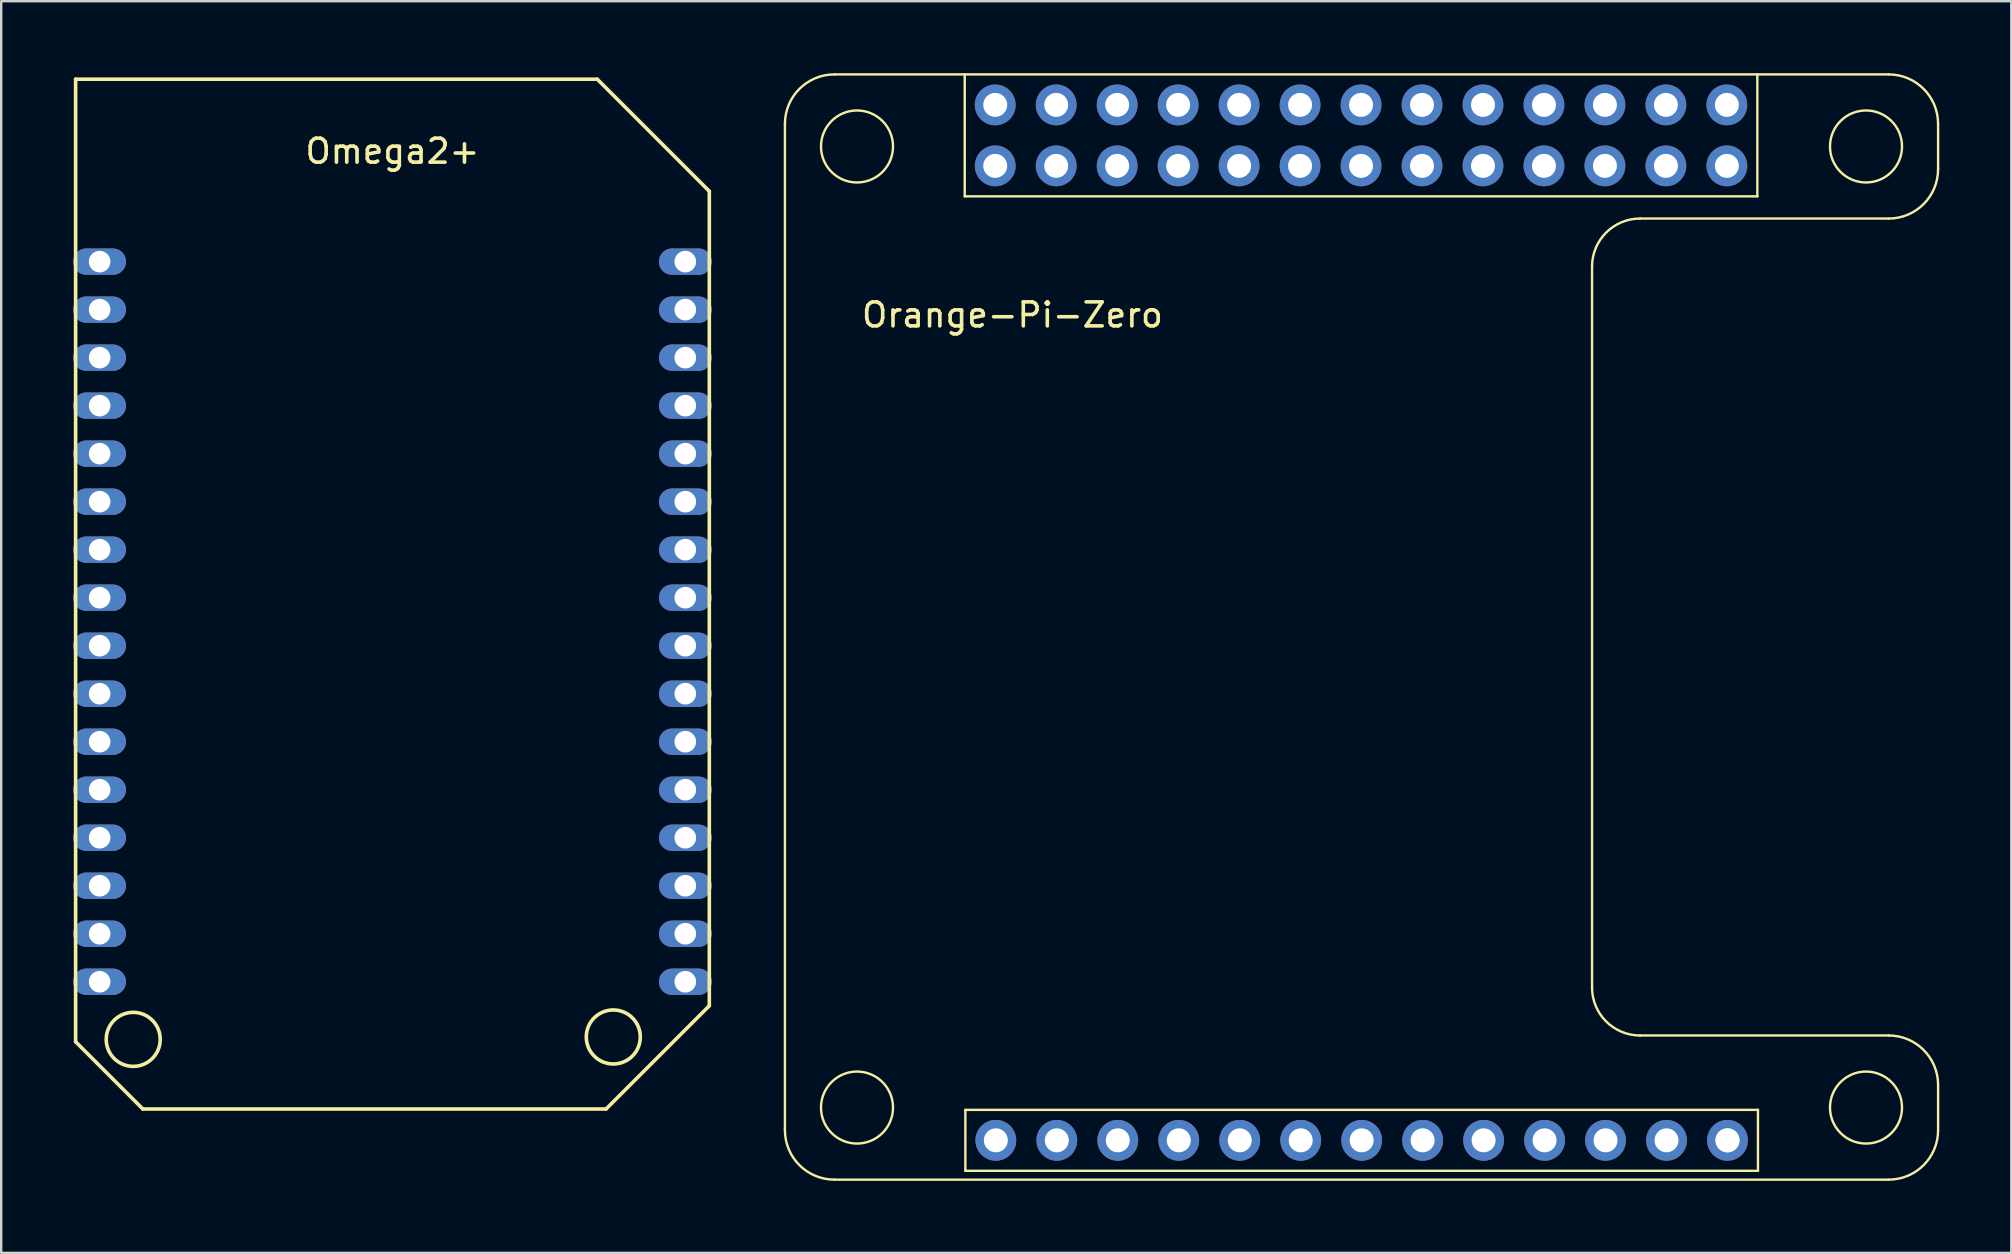
<source format=kicad_pcb>
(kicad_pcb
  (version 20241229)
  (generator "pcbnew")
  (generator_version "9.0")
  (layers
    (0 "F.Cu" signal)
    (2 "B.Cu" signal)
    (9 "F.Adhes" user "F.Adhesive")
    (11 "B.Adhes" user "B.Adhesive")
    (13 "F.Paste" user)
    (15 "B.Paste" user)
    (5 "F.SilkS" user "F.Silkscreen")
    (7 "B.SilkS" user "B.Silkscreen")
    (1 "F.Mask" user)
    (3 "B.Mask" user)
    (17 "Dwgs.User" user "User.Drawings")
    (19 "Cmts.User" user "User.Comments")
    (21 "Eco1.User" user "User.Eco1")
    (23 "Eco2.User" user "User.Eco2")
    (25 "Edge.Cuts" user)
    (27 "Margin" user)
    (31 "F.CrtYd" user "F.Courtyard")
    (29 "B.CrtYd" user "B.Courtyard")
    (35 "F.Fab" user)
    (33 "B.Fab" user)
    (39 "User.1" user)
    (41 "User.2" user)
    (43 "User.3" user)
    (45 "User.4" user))
  (footprint "Orange-Pi-Zero"
    (layer "F.Cu")
    (at 74.688 43.091)
    (property "Reference" "Orange-Pi-Zero" (at -35.56 -33.02 0) (layer "F.SilkS") (effects (font (size 1 1) (thickness 0.15))))
    (attr through_hole)
    (fp_line (start -45.038 0.943) (end -45.038 -40.981) (stroke (width 0.1) (type solid)) (layer "F.SilkS"))
    (fp_line (start -42.978 -43.041) (end 0.943 -43.041) (stroke (width 0.1) (type solid)) (layer "F.SilkS"))
    (fp_line (start -42.978 3.003) (end 0.943 3.003) (stroke (width 0.1) (type solid)) (layer "F.SilkS"))
    (fp_line (start -37.547 -37.961) (end -37.547 -43.041) (stroke (width 0.1) (type solid)) (layer "F.SilkS"))
    (fp_line (start -37.521 0.095) (end -4.501 0.095) (stroke (width 0.1) (type solid)) (layer "F.SilkS"))
    (fp_line (start -37.521 2.635) (end -37.521 0.095) (stroke (width 0.1) (type solid)) (layer "F.SilkS"))
    (fp_line (start -11.413 -5.003) (end -11.413 -35.036) (stroke (width 0.1) (type solid)) (layer "F.SilkS"))
    (fp_line (start -9.413 -37.036) (end 0.943 -37.036) (stroke (width 0.1) (type solid)) (layer "F.SilkS"))
    (fp_line (start -6.091 1.045) (end -5.451 1.045) (stroke (width 0.1) (type solid)) (layer "F.SilkS"))
    (fp_line (start -6.091 1.685) (end -6.091 1.045) (stroke (width 0.1) (type solid)) (layer "F.SilkS"))
    (fp_line (start -4.527 -37.961) (end -37.547 -37.961) (stroke (width 0.1) (type solid)) (layer "F.SilkS"))
    (fp_line (start -4.527 -37.961) (end -4.527 -43.041) (stroke (width 0.1) (type solid)) (layer "F.SilkS"))
    (fp_line (start -4.501 2.635) (end -37.521 2.635) (stroke (width 0.1) (type solid)) (layer "F.SilkS"))
    (fp_line (start -4.501 2.635) (end -4.501 0.095) (stroke (width 0.1) (type solid)) (layer "F.SilkS"))
    (fp_line (start 0.943 -3.003) (end -9.413 -3.003) (stroke (width 0.1) (type solid)) (layer "F.SilkS"))
    (fp_line (start 3.003 -39.096) (end 3.003 -40.981) (stroke (width 0.1) (type solid)) (layer "F.SilkS"))
    (fp_line (start 3.003 0.943) (end 3.003 -0.943) (stroke (width 0.1) (type solid)) (layer "F.SilkS"))
    (fp_arc (start -45.037543 -40.981379) (mid -44.434249 -42.437859) (end -42.977769 -43.041153) (stroke (width 0.1) (type solid)) (layer "F.SilkS"))
    (fp_arc (start -42.977769 3.002571) (mid -44.43425 2.399277) (end -45.037544 0.942796) (stroke (width 0.1) (type solid)) (layer "F.SilkS"))
    (fp_arc (start -11.413229 -35.036013) (mid -10.827443 -36.450227) (end -9.413229 -37.036013) (stroke (width 0.1) (type solid)) (layer "F.SilkS"))
    (fp_arc (start -9.413229 -3.00257) (mid -10.827443 -3.588356) (end -11.413229 -5.00257) (stroke (width 0.1) (type solid)) (layer "F.SilkS"))
    (fp_arc (start 0.942795 -43.041154) (mid 2.399276 -42.43786) (end 3.00257 -40.981379) (stroke (width 0.1) (type solid)) (layer "F.SilkS"))
    (fp_arc (start 0.942795 -3.00257) (mid 2.399275 -2.399276) (end 3.002569 -0.942796) (stroke (width 0.1) (type solid)) (layer "F.SilkS"))
    (fp_arc (start 3.00257 -39.095788) (mid 2.399276 -37.639307) (end 0.942795 -37.036013) (stroke (width 0.1) (type solid)) (layer "F.SilkS"))
    (fp_arc (start 3.00257 0.942796) (mid 2.399276 2.399277) (end 0.942795 3.002571) (stroke (width 0.1) (type solid)) (layer "F.SilkS"))
    (fp_circle (center -42.035 -40.039) (end -40.535 -40.039) (stroke (width 0.1) (type solid)) (fill no) (layer "F.SilkS"))
    (fp_circle (center -42.035 0) (end -40.535 0) (stroke (width 0.1) (type solid)) (fill no) (layer "F.SilkS"))
    (fp_circle (center -5.771 1.365) (end -5.319 1.365) (stroke (width 0.1) (type solid)) (fill no) (layer "F.SilkS"))
    (fp_circle (center 0 -40.039) (end 1.5 -40.039) (stroke (width 0.1) (type solid)) (fill no) (layer "F.SilkS"))
    (fp_circle (center 0 0) (end 1.5 0) (stroke (width 0.1) (type solid)) (fill no) (layer "F.SilkS"))
    (pad "1" thru_hole circle (at -36.277 -41.771) (size 1.7 1.7) (drill 1) (layers "*.Cu" "*.Mask"))
    (pad "2" thru_hole circle (at -36.277 -39.231) (size 1.7 1.7) (drill 1) (layers "*.Cu" "*.Mask"))
    (pad "3" thru_hole circle (at -33.737 -41.771) (size 1.7 1.7) (drill 1) (layers "*.Cu" "*.Mask"))
    (pad "4" thru_hole circle (at -33.737 -39.231) (size 1.7 1.7) (drill 1) (layers "*.Cu" "*.Mask"))
    (pad "5" thru_hole circle (at -31.197 -41.771) (size 1.7 1.7) (drill 1) (layers "*.Cu" "*.Mask"))
    (pad "6" thru_hole circle (at -31.197 -39.231) (size 1.7 1.7) (drill 1) (layers "*.Cu" "*.Mask"))
    (pad "7" thru_hole circle (at -28.657 -41.771) (size 1.7 1.7) (drill 1) (layers "*.Cu" "*.Mask"))
    (pad "8" thru_hole circle (at -28.657 -39.231) (size 1.7 1.7) (drill 1) (layers "*.Cu" "*.Mask"))
    (pad "9" thru_hole circle (at -26.117 -41.771) (size 1.7 1.7) (drill 1) (layers "*.Cu" "*.Mask"))
    (pad "10" thru_hole circle (at -26.117 -39.231) (size 1.7 1.7) (drill 1) (layers "*.Cu" "*.Mask"))
    (pad "11" thru_hole circle (at -23.577 -41.771) (size 1.7 1.7) (drill 1) (layers "*.Cu" "*.Mask"))
    (pad "12" thru_hole circle (at -23.577 -39.231) (size 1.7 1.7) (drill 1) (layers "*.Cu" "*.Mask"))
    (pad "13" thru_hole circle (at -21.037 -41.771) (size 1.7 1.7) (drill 1) (layers "*.Cu" "*.Mask"))
    (pad "14" thru_hole circle (at -21.037 -39.231) (size 1.7 1.7) (drill 1) (layers "*.Cu" "*.Mask"))
    (pad "15" thru_hole circle (at -18.497 -41.771) (size 1.7 1.7) (drill 1) (layers "*.Cu" "*.Mask"))
    (pad "16" thru_hole circle (at -18.497 -39.231) (size 1.7 1.7) (drill 1) (layers "*.Cu" "*.Mask"))
    (pad "17" thru_hole circle (at -15.957 -41.771) (size 1.7 1.7) (drill 1) (layers "*.Cu" "*.Mask"))
    (pad "18" thru_hole circle (at -15.957 -39.231) (size 1.7 1.7) (drill 1) (layers "*.Cu" "*.Mask"))
    (pad "19" thru_hole circle (at -13.417 -41.771) (size 1.7 1.7) (drill 1) (layers "*.Cu" "*.Mask"))
    (pad "20" thru_hole circle (at -13.417 -39.231) (size 1.7 1.7) (drill 1) (layers "*.Cu" "*.Mask"))
    (pad "21" thru_hole circle (at -10.877 -41.771) (size 1.7 1.7) (drill 1) (layers "*.Cu" "*.Mask"))
    (pad "22" thru_hole circle (at -10.877 -39.231) (size 1.7 1.7) (drill 1) (layers "*.Cu" "*.Mask"))
    (pad "23" thru_hole circle (at -8.337 -41.771) (size 1.7 1.7) (drill 1) (layers "*.Cu" "*.Mask"))
    (pad "24" thru_hole circle (at -8.337 -39.231) (size 1.7 1.7) (drill 1) (layers "*.Cu" "*.Mask"))
    (pad "25" thru_hole circle (at -5.797 -41.771) (size 1.7 1.7) (drill 1) (layers "*.Cu" "*.Mask"))
    (pad "26" thru_hole circle (at -5.797 -39.231) (size 1.7 1.7) (drill 1) (layers "*.Cu" "*.Mask"))
    (pad "27" thru_hole circle (at -5.771 1.365) (size 1.7 1.7) (drill 1) (layers "*.Cu" "*.Mask"))
    (pad "28" thru_hole circle (at -8.311 1.365) (size 1.7 1.7) (drill 1) (layers "*.Cu" "*.Mask"))
    (pad "29" thru_hole circle (at -10.851 1.365) (size 1.7 1.7) (drill 1) (layers "*.Cu" "*.Mask"))
    (pad "30" thru_hole circle (at -13.391 1.365) (size 1.7 1.7) (drill 1) (layers "*.Cu" "*.Mask"))
    (pad "31" thru_hole circle (at -15.931 1.365) (size 1.7 1.7) (drill 1) (layers "*.Cu" "*.Mask"))
    (pad "32" thru_hole circle (at -18.471 1.365) (size 1.7 1.7) (drill 1) (layers "*.Cu" "*.Mask"))
    (pad "33" thru_hole circle (at -21.011 1.365) (size 1.7 1.7) (drill 1) (layers "*.Cu" "*.Mask"))
    (pad "34" thru_hole circle (at -23.551 1.365) (size 1.7 1.7) (drill 1) (layers "*.Cu" "*.Mask"))
    (pad "35" thru_hole circle (at -26.091 1.365) (size 1.7 1.7) (drill 1) (layers "*.Cu" "*.Mask"))
    (pad "36" thru_hole circle (at -28.631 1.365) (size 1.7 1.7) (drill 1) (layers "*.Cu" "*.Mask"))
    (pad "37" thru_hole circle (at -31.171 1.365) (size 1.7 1.7) (drill 1) (layers "*.Cu" "*.Mask"))
    (pad "38" thru_hole circle (at -33.711 1.365) (size 1.7 1.7) (drill 1) (layers "*.Cu" "*.Mask"))
    (pad "39" thru_hole circle (at -36.251 1.365) (size 1.7 1.7) (drill 1) (layers "*.Cu" "*.Mask")))
  (footprint "Omega2+"
    (layer "F.Cu")
    (at 13.3 0.25)
    (property "Reference" "Omega2+" (at 0 3 0) (layer "F.SilkS") (effects (font (size 1 1) (thickness 0.15))))
    (attr through_hole)
    (fp_line (start -13.2 0) (end -13.2 40.1) (stroke (width 0.15) (type solid)) (layer "F.SilkS"))
    (fp_line (start -13.2 40.1) (end -10.4 42.9) (stroke (width 0.15) (type solid)) (layer "F.SilkS"))
    (fp_line (start -10.4 42.9) (end 8.9 42.9) (stroke (width 0.15) (type solid)) (layer "F.SilkS"))
    (fp_line (start 8.533 0) (end -13.2 0) (stroke (width 0.15) (type solid)) (layer "F.SilkS"))
    (fp_line (start 8.9 42.9) (end 13.2 38.6) (stroke (width 0.15) (type solid)) (layer "F.SilkS"))
    (fp_line (start 13.2 4.667) (end 8.533 0) (stroke (width 0.15) (type solid)) (layer "F.SilkS"))
    (fp_line (start 13.2 38.6) (end 13.2 4.667) (stroke (width 0.15) (type solid)) (layer "F.SilkS"))
    (fp_circle (center -10.8 40) (end -9.675 40) (stroke (width 0.15) (type solid)) (fill no) (layer "F.SilkS"))
    (fp_circle (center 9.2 39.9) (end 8.075 39.9) (stroke (width 0.15) (type solid)) (fill no) (layer "F.SilkS"))
    (pad "1" thru_hole oval (at -12.2 7.6) (size 2.2 1.1) (drill 0.9) (layers "*.Cu" "*.Mask"))
    (pad "2" thru_hole oval (at -12.2 9.6) (size 2.2 1.1) (drill 0.9) (layers "*.Cu" "*.Mask"))
    (pad "3" thru_hole oval (at -12.2 11.6) (size 2.2 1.1) (drill 0.9) (layers "*.Cu" "*.Mask"))
    (pad "4" thru_hole oval (at -12.2 13.6) (size 2.2 1.1) (drill 0.9) (layers "*.Cu" "*.Mask"))
    (pad "5" thru_hole oval (at -12.2 15.6) (size 2.2 1.1) (drill 0.9) (layers "*.Cu" "*.Mask"))
    (pad "6" thru_hole oval (at -12.2 17.6) (size 2.2 1.1) (drill 0.9) (layers "*.Cu" "*.Mask"))
    (pad "7" thru_hole oval (at -12.2 19.6) (size 2.2 1.1) (drill 0.9) (layers "*.Cu" "*.Mask"))
    (pad "8" thru_hole oval (at -12.2 21.6) (size 2.2 1.1) (drill 0.9) (layers "*.Cu" "*.Mask"))
    (pad "9" thru_hole oval (at -12.2 23.6) (size 2.2 1.1) (drill 0.9) (layers "*.Cu" "*.Mask"))
    (pad "10" thru_hole oval (at -12.2 25.6) (size 2.2 1.1) (drill 0.9) (layers "*.Cu" "*.Mask"))
    (pad "11" thru_hole oval (at -12.2 27.6) (size 2.2 1.1) (drill 0.9) (layers "*.Cu" "*.Mask"))
    (pad "12" thru_hole oval (at -12.2 29.6) (size 2.2 1.1) (drill 0.9) (layers "*.Cu" "*.Mask"))
    (pad "13" thru_hole oval (at -12.2 31.6) (size 2.2 1.1) (drill 0.9) (layers "*.Cu" "*.Mask"))
    (pad "14" thru_hole oval (at -12.2 33.6) (size 2.2 1.1) (drill 0.9) (layers "*.Cu" "*.Mask"))
    (pad "15" thru_hole oval (at -12.2 35.6) (size 2.2 1.1) (drill 0.9) (layers "*.Cu" "*.Mask"))
    (pad "16" thru_hole oval (at -12.2 37.6) (size 2.2 1.1) (drill 0.9) (layers "*.Cu" "*.Mask"))
    (pad "17" thru_hole oval (at 12.2 37.6) (size 2.2 1.1) (drill 0.9) (layers "*.Cu" "*.Mask"))
    (pad "18" thru_hole oval (at 12.2 35.6) (size 2.2 1.1) (drill 0.9) (layers "*.Cu" "*.Mask"))
    (pad "19" thru_hole oval (at 12.2 33.6) (size 2.2 1.1) (drill 0.9) (layers "*.Cu" "*.Mask"))
    (pad "20" thru_hole oval (at 12.2 31.6) (size 2.2 1.1) (drill 0.9) (layers "*.Cu" "*.Mask"))
    (pad "21" thru_hole oval (at 12.2 29.6) (size 2.2 1.1) (drill 0.9) (layers "*.Cu" "*.Mask"))
    (pad "22" thru_hole oval (at 12.2 27.6) (size 2.2 1.1) (drill 0.9) (layers "*.Cu" "*.Mask"))
    (pad "23" thru_hole oval (at 12.2 25.6) (size 2.2 1.1) (drill 0.9) (layers "*.Cu" "*.Mask"))
    (pad "24" thru_hole oval (at 12.2 23.6) (size 2.2 1.1) (drill 0.9) (layers "*.Cu" "*.Mask"))
    (pad "25" thru_hole oval (at 12.2 21.6) (size 2.2 1.1) (drill 0.9) (layers "*.Cu" "*.Mask"))
    (pad "26" thru_hole oval (at 12.2 19.6) (size 2.2 1.1) (drill 0.9) (layers "*.Cu" "*.Mask"))
    (pad "27" thru_hole oval (at 12.2 17.6) (size 2.2 1.1) (drill 0.9) (layers "*.Cu" "*.Mask"))
    (pad "28" thru_hole oval (at 12.2 15.6) (size 2.2 1.1) (drill 0.9) (layers "*.Cu" "*.Mask"))
    (pad "29" thru_hole oval (at 12.2 13.6) (size 2.2 1.1) (drill 0.9) (layers "*.Cu" "*.Mask"))
    (pad "30" thru_hole oval (at 12.2 11.6) (size 2.2 1.1) (drill 0.9) (layers "*.Cu" "*.Mask"))
    (pad "31" thru_hole oval (at 12.2 9.6) (size 2.2 1.1) (drill 0.9) (layers "*.Cu" "*.Mask"))
    (pad "32" thru_hole oval (at 12.2 7.6) (size 2.2 1.1) (drill 0.9) (layers "*.Cu" "*.Mask")))
  (gr_rect
    (start -3 -3)
    (end 80.74 49.144)
    (stroke (width 0.1) (type default))
    (fill no)
    (layer "Edge.Cuts")))
</source>
